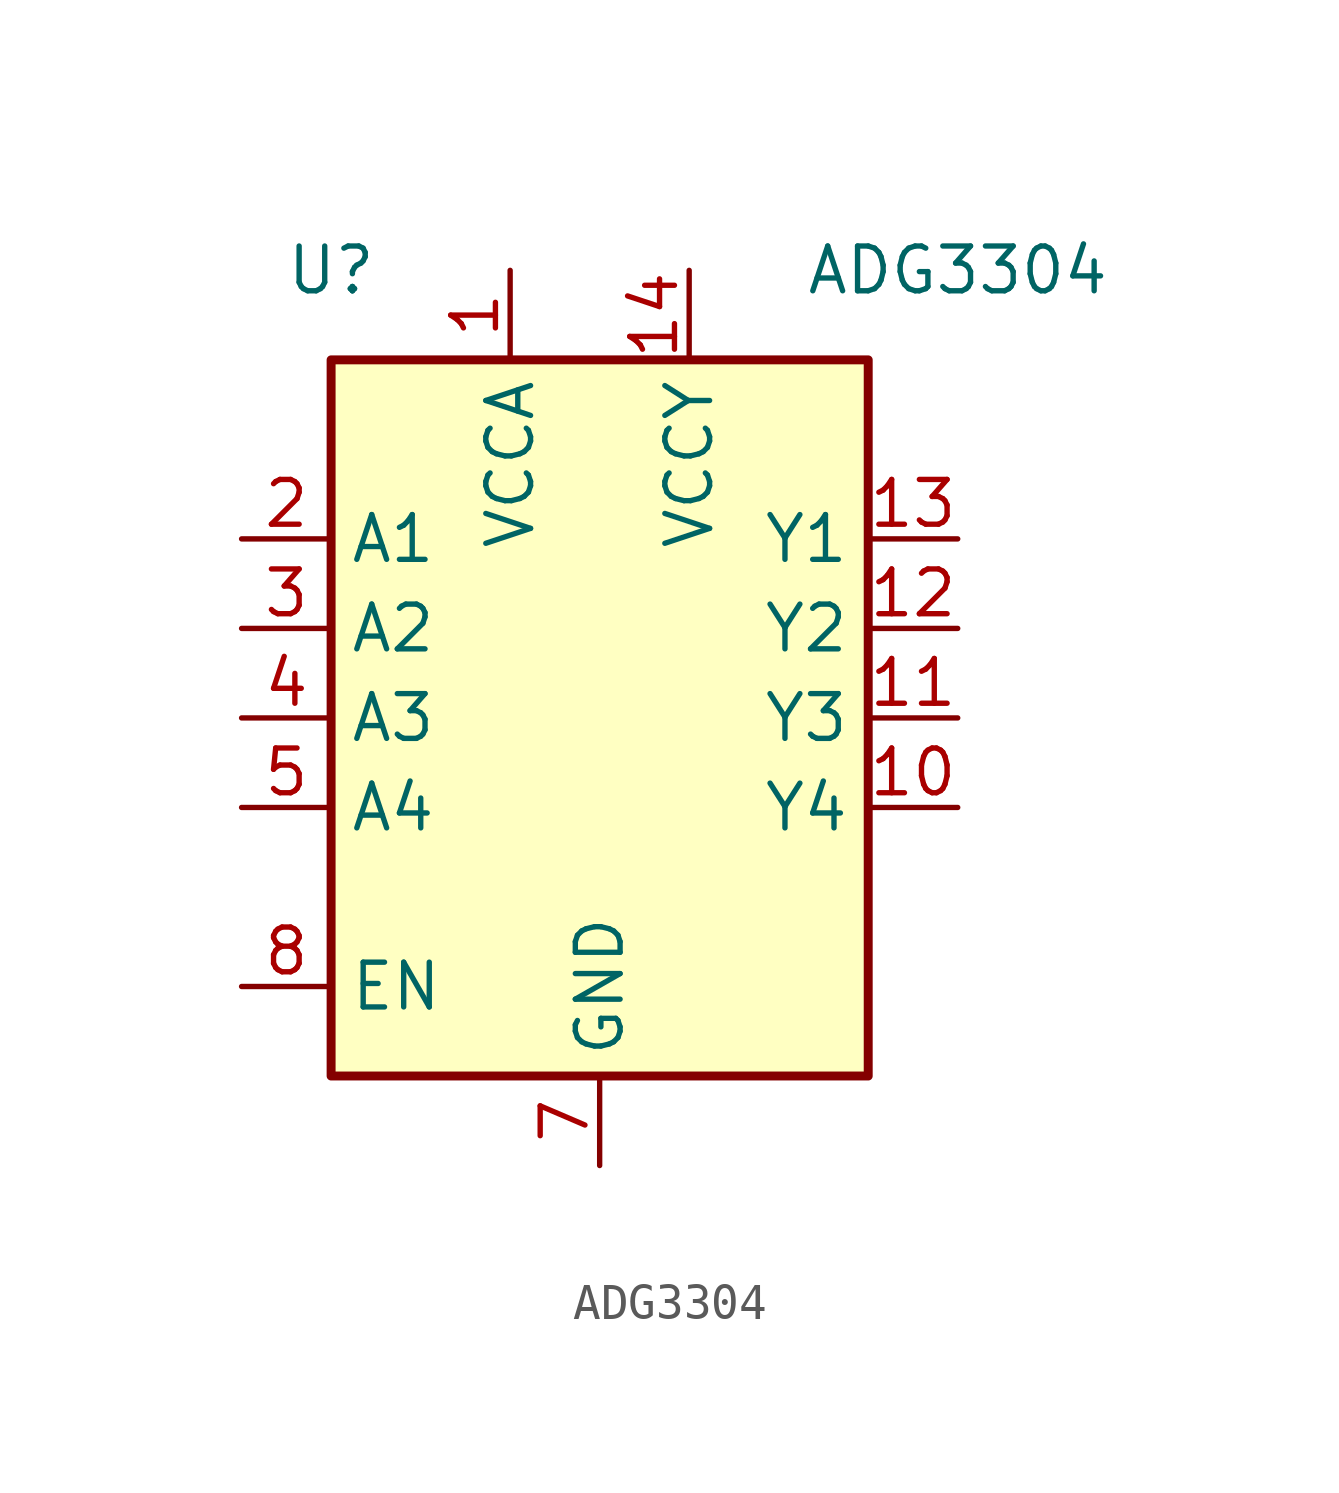
<source format=kicad_sym>
(kicad_symbol_lib
  (version 20220914)
  (generator kicad_symbol_editor)
  (symbol "ADG3304"
    (property "Reference" "U"
      (at -7.62 12.7 0)
      (effects (font (size 1.27 1.27))))
    (property "Value" "ADG3304"
      (at 10.16 12.7 0)
      (effects (font (size 1.27 1.27))))
    (symbol "ADG3304_1_1"
      (rectangle (start -7.62 10.16) (end 7.62 -10.16) (stroke (width 0.254) (type default)) (fill (type background)))
      (pin power_in line (at -2.54 12.7 270) (length 2.54) (name "VCCA" (effects (font (size 1.27 1.27)))) (number "1" (effects (font (size 1.27 1.27)))))
      (pin bidirectional line (at 10.16 -2.54 180) (length 2.54) (name "Y4" (effects (font (size 1.27 1.27)))) (number "10" (effects (font (size 1.27 1.27)))))
      (pin bidirectional line (at 10.16 0 180) (length 2.54) (name "Y3" (effects (font (size 1.27 1.27)))) (number "11" (effects (font (size 1.27 1.27)))))
      (pin bidirectional line (at 10.16 2.54 180) (length 2.54) (name "Y2" (effects (font (size 1.27 1.27)))) (number "12" (effects (font (size 1.27 1.27)))))
      (pin bidirectional line (at 10.16 5.08 180) (length 2.54) (name "Y1" (effects (font (size 1.27 1.27)))) (number "13" (effects (font (size 1.27 1.27)))))
      (pin power_in line (at 2.54 12.7 270) (length 2.54) (name "VCCY" (effects (font (size 1.27 1.27)))) (number "14" (effects (font (size 1.27 1.27)))))
      (pin bidirectional line (at -10.16 5.08 0) (length 2.54) (name "A1" (effects (font (size 1.27 1.27)))) (number "2" (effects (font (size 1.27 1.27)))))
      (pin bidirectional line (at -10.16 2.54 0) (length 2.54) (name "A2" (effects (font (size 1.27 1.27)))) (number "3" (effects (font (size 1.27 1.27)))))
      (pin bidirectional line (at -10.16 0 0) (length 2.54) (name "A3" (effects (font (size 1.27 1.27)))) (number "4" (effects (font (size 1.27 1.27)))))
      (pin bidirectional line (at -10.16 -2.54 0) (length 2.54) (name "A4" (effects (font (size 1.27 1.27)))) (number "5" (effects (font (size 1.27 1.27)))))
      (pin no_connect line (at 10.16 -5.08 180) (length 2.54) hide (name "NC" (effects (font (size 1.27 1.27)))) (number "6" (effects (font (size 1.27 1.27)))))
      (pin power_in line (at 0 -12.7 90) (length 2.54) (name "GND" (effects (font (size 1.27 1.27)))) (number "7" (effects (font (size 1.27 1.27)))))
      (pin input line (at -10.16 -7.62 0) (length 2.54) (name "EN" (effects (font (size 1.27 1.27)))) (number "8" (effects (font (size 1.27 1.27)))))
      (pin no_connect line (at 10.16 -7.62 180) (length 2.54) hide (name "NC" (effects (font (size 1.27 1.27)))) (number "9" (effects (font (size 1.27 1.27))))))))
</source>
